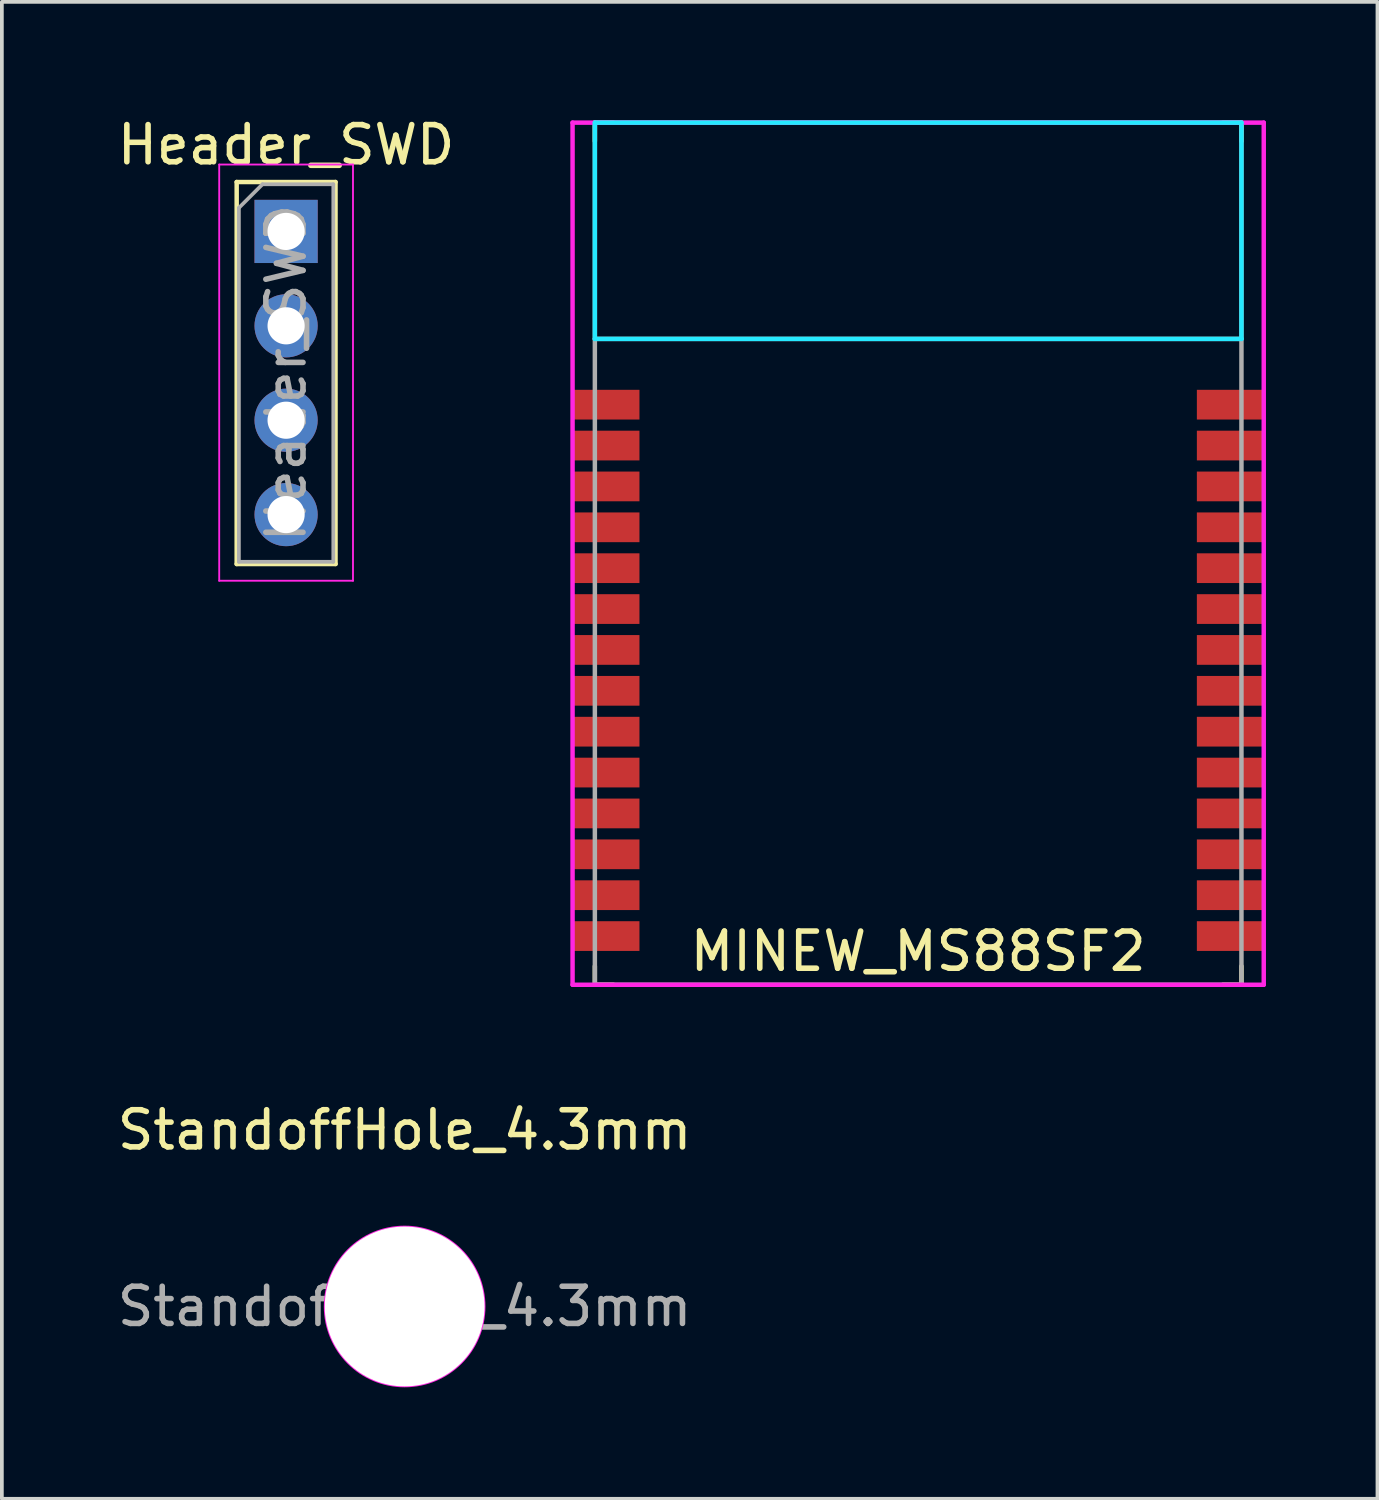
<source format=kicad_pcb>
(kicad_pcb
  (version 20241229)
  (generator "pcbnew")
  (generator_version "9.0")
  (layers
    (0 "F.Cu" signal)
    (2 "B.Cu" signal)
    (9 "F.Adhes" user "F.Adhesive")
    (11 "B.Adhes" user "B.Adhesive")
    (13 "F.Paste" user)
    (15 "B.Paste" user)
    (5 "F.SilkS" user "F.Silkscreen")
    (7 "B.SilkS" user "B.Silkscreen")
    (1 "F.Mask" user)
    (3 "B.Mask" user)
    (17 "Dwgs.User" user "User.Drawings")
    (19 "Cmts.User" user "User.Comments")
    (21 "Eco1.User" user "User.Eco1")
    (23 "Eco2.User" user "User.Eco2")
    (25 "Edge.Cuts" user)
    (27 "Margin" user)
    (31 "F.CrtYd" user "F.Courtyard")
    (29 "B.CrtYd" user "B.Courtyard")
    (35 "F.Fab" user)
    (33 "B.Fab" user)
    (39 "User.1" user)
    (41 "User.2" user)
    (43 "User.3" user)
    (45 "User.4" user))
  (footprint "MINEW_MS88SF2"
    (layer "F.Cu")
    (at 21.658 0.25)
    (property "Reference" "MINEW_MS88SF2" (at 0 22.3 0) (layer "F.SilkS") (effects (font (size 1 1) (thickness 0.15))))
    (attr through_hole)
    (fp_line (start -8.7 0) (end -8.7 0.5) (stroke (width 0.12) (type solid)) (layer "F.SilkS"))
    (fp_line (start -8.7 0) (end -8.2 0) (stroke (width 0.12) (type solid)) (layer "F.SilkS"))
    (fp_line (start -8.7 23.2) (end -8.7 22.7) (stroke (width 0.12) (type solid)) (layer "F.SilkS"))
    (fp_line (start -8.7 23.2) (end -8.2 23.2) (stroke (width 0.12) (type solid)) (layer "F.SilkS"))
    (fp_line (start 8.7 0) (end 8.2 0) (stroke (width 0.12) (type solid)) (layer "F.SilkS"))
    (fp_line (start 8.7 0) (end 8.7 0.5) (stroke (width 0.12) (type solid)) (layer "F.SilkS"))
    (fp_line (start 8.7 23.2) (end 8.2 23.2) (stroke (width 0.12) (type solid)) (layer "F.SilkS"))
    (fp_line (start 8.7 23.2) (end 8.7 22.7) (stroke (width 0.12) (type solid)) (layer "F.SilkS"))
    (fp_line (start -8.7 0) (end -8.7 5.82) (stroke (width 0.12) (type solid)) (layer "B.CrtYd"))
    (fp_line (start -8.7 0) (end 8.7 0) (stroke (width 0.12) (type solid)) (layer "B.CrtYd"))
    (fp_line (start -8.7 5.82) (end 8.7 5.82) (stroke (width 0.12) (type solid)) (layer "B.CrtYd"))
    (fp_line (start 8.7 0) (end 8.7 5.82) (stroke (width 0.12) (type solid)) (layer "B.CrtYd"))
    (fp_line (start -9.3 0) (end 9.3 0) (stroke (width 0.12) (type solid)) (layer "F.CrtYd"))
    (fp_line (start -9.3 23.2) (end -9.3 0) (stroke (width 0.12) (type solid)) (layer "F.CrtYd"))
    (fp_line (start -9.3 23.2) (end 9.3 23.2) (stroke (width 0.12) (type solid)) (layer "F.CrtYd"))
    (fp_line (start 9.3 23.2) (end 9.3 0) (stroke (width 0.12) (type solid)) (layer "F.CrtYd"))
    (fp_line (start -8.7 0) (end 8.7 0) (stroke (width 0.12) (type solid)) (layer "F.Fab"))
    (fp_line (start -8.7 5.82) (end 8.7 5.82) (stroke (width 0.12) (type solid)) (layer "F.Fab"))
    (fp_line (start -8.7 23.2) (end -8.7 0) (stroke (width 0.12) (type solid)) (layer "F.Fab"))
    (fp_line (start -8.7 23.2) (end 8.7 23.2) (stroke (width 0.12) (type solid)) (layer "F.Fab"))
    (fp_line (start 8.7 23.2) (end 8.7 0) (stroke (width 0.12) (type solid)) (layer "F.Fab"))
    (pad "1" smd rect (at -8.4 7.59) (size 1.8 0.8) (layers "F.Cu" "F.Mask" "F.Paste"))
    (pad "2" smd rect (at -8.4 8.69) (size 1.8 0.8) (layers "F.Cu" "F.Mask" "F.Paste"))
    (pad "3" smd rect (at -8.4 9.79) (size 1.8 0.8) (layers "F.Cu" "F.Mask" "F.Paste"))
    (pad "4" smd rect (at -8.4 10.89) (size 1.8 0.8) (layers "F.Cu" "F.Mask" "F.Paste"))
    (pad "5" smd rect (at -8.4 11.99) (size 1.8 0.8) (layers "F.Cu" "F.Mask" "F.Paste"))
    (pad "6" smd rect (at -8.4 13.09) (size 1.8 0.8) (layers "F.Cu" "F.Mask" "F.Paste"))
    (pad "7" smd rect (at -8.4 14.19) (size 1.8 0.8) (layers "F.Cu" "F.Mask" "F.Paste"))
    (pad "8" smd rect (at -8.4 15.29) (size 1.8 0.8) (layers "F.Cu" "F.Mask" "F.Paste"))
    (pad "9" smd rect (at -8.4 16.39) (size 1.8 0.8) (layers "F.Cu" "F.Mask" "F.Paste"))
    (pad "10" smd rect (at -8.4 17.49) (size 1.8 0.8) (layers "F.Cu" "F.Mask" "F.Paste"))
    (pad "11" smd rect (at -8.4 18.59) (size 1.8 0.8) (layers "F.Cu" "F.Mask" "F.Paste"))
    (pad "12" smd rect (at -8.4 19.69) (size 1.8 0.8) (layers "F.Cu" "F.Mask" "F.Paste"))
    (pad "13" smd rect (at -8.4 20.79) (size 1.8 0.8) (layers "F.Cu" "F.Mask" "F.Paste"))
    (pad "14" smd rect (at -8.4 21.89) (size 1.8 0.8) (layers "F.Cu" "F.Mask" "F.Paste"))
    (pad "15" smd rect (at 8.4 21.89) (size 1.8 0.8) (layers "F.Cu" "F.Mask" "F.Paste"))
    (pad "16" smd rect (at 8.4 20.79) (size 1.8 0.8) (layers "F.Cu" "F.Mask" "F.Paste"))
    (pad "17" smd rect (at 8.4 19.69) (size 1.8 0.8) (layers "F.Cu" "F.Mask" "F.Paste"))
    (pad "18" smd rect (at 8.4 18.59) (size 1.8 0.8) (layers "F.Cu" "F.Mask" "F.Paste"))
    (pad "19" smd rect (at 8.4 17.49) (size 1.8 0.8) (layers "F.Cu" "F.Mask" "F.Paste"))
    (pad "20" smd rect (at 8.4 16.39) (size 1.8 0.8) (layers "F.Cu" "F.Mask" "F.Paste"))
    (pad "21" smd rect (at 8.4 15.29) (size 1.8 0.8) (layers "F.Cu" "F.Mask" "F.Paste"))
    (pad "22" smd rect (at 8.4 14.19) (size 1.8 0.8) (layers "F.Cu" "F.Mask" "F.Paste"))
    (pad "23" smd rect (at 8.4 13.09) (size 1.8 0.8) (layers "F.Cu" "F.Mask" "F.Paste"))
    (pad "24" smd rect (at 8.4 11.99) (size 1.8 0.8) (layers "F.Cu" "F.Mask" "F.Paste"))
    (pad "25" smd rect (at 8.4 10.89) (size 1.8 0.8) (layers "F.Cu" "F.Mask" "F.Paste"))
    (pad "26" smd rect (at 8.4 9.79) (size 1.8 0.8) (layers "F.Cu" "F.Mask" "F.Paste"))
    (pad "27" smd rect (at 8.4 8.69) (size 1.8 0.8) (layers "F.Cu" "F.Mask" "F.Paste"))
    (pad "28" smd rect (at 8.4 7.59) (size 1.8 0.8) (layers "F.Cu" "F.Mask" "F.Paste")))
  (footprint "Header_SWD"
    (layer "F.Cu")
    (at 4.649 3.178)
    (property "Reference" "Header_SWD" (at 0 -2.33 0) (layer "F.SilkS") (effects (font (size 1 1) (thickness 0.15))))
    (attr through_hole)
    (fp_line (start -1.33 -1.33) (end -1.33 8.95) (stroke (width 0.12) (type solid)) (layer "F.SilkS"))
    (fp_line (start -1.33 -1.33) (end 1.33 -1.33) (stroke (width 0.12) (type solid)) (layer "F.SilkS"))
    (fp_line (start -1.33 8.95) (end 1.33 8.95) (stroke (width 0.12) (type solid)) (layer "F.SilkS"))
    (fp_line (start 1.33 -1.33) (end 1.33 8.95) (stroke (width 0.12) (type solid)) (layer "F.SilkS"))
    (fp_line (start -1.8 -1.8) (end -1.8 9.4) (stroke (width 0.05) (type solid)) (layer "F.CrtYd"))
    (fp_line (start -1.8 9.4) (end 1.8 9.4) (stroke (width 0.05) (type solid)) (layer "F.CrtYd"))
    (fp_line (start 1.8 -1.8) (end -1.8 -1.8) (stroke (width 0.05) (type solid)) (layer "F.CrtYd"))
    (fp_line (start 1.8 9.4) (end 1.8 -1.8) (stroke (width 0.05) (type solid)) (layer "F.CrtYd"))
    (fp_line (start -1.27 -0.635) (end -0.635 -1.27) (stroke (width 0.1) (type solid)) (layer "F.Fab"))
    (fp_line (start -1.27 8.89) (end -1.27 -0.635) (stroke (width 0.1) (type solid)) (layer "F.Fab"))
    (fp_line (start -0.635 -1.27) (end 1.27 -1.27) (stroke (width 0.1) (type solid)) (layer "F.Fab"))
    (fp_line (start 1.27 -1.27) (end 1.27 8.89) (stroke (width 0.1) (type solid)) (layer "F.Fab"))
    (fp_line (start 1.27 8.89) (end -1.27 8.89) (stroke (width 0.1) (type solid)) (layer "F.Fab"))
    (fp_text user "${REFERENCE}" (at 0 3.81 90) (layer "F.Fab") (effects (font (size 1 1) (thickness 0.15))))
    (pad "1" thru_hole rect (at 0 0) (size 1.7 1.7) (drill 1) (layers "*.Cu" "*.Mask"))
    (pad "2" thru_hole oval (at 0 2.54) (size 1.7 1.7) (drill 1) (layers "*.Cu" "*.Mask"))
    (pad "3" thru_hole oval (at 0 5.08) (size 1.7 1.7) (drill 1) (layers "*.Cu" "*.Mask"))
    (pad "4" thru_hole oval (at 0 7.62) (size 1.7 1.7) (drill 1) (layers "*.Cu" "*.Mask")))
  (footprint "StandoffHole_4.3mm"
    (layer "F.Cu")
    (at 7.839 32.108)
    (property "Reference" "StandoffHole_4.3mm" (at 0 -4.75 0) (layer "F.SilkS") (effects (font (size 1 1) (thickness 0.15))))
    (attr exclude_from_pos_files exclude_from_bom)
    (fp_circle (center 0 0) (end 2.15 0) (stroke (width 0.05) (type solid)) (fill no) (layer "F.CrtYd"))
    (fp_text user "${REFERENCE}" (at 0 0 0) (layer "F.Fab") (effects (font (size 1 1) (thickness 0.15))))
    (pad "" np_thru_hole circle (at 0 0) (size 4.3 4.3) (drill 4.3) (layers "*.Cu" "*.Mask")))
  (gr_rect
    (start -3 -3)
    (end 34.018 37.283)
    (stroke (width 0.1) (type default))
    (fill no)
    (layer "Edge.Cuts")))
</source>
